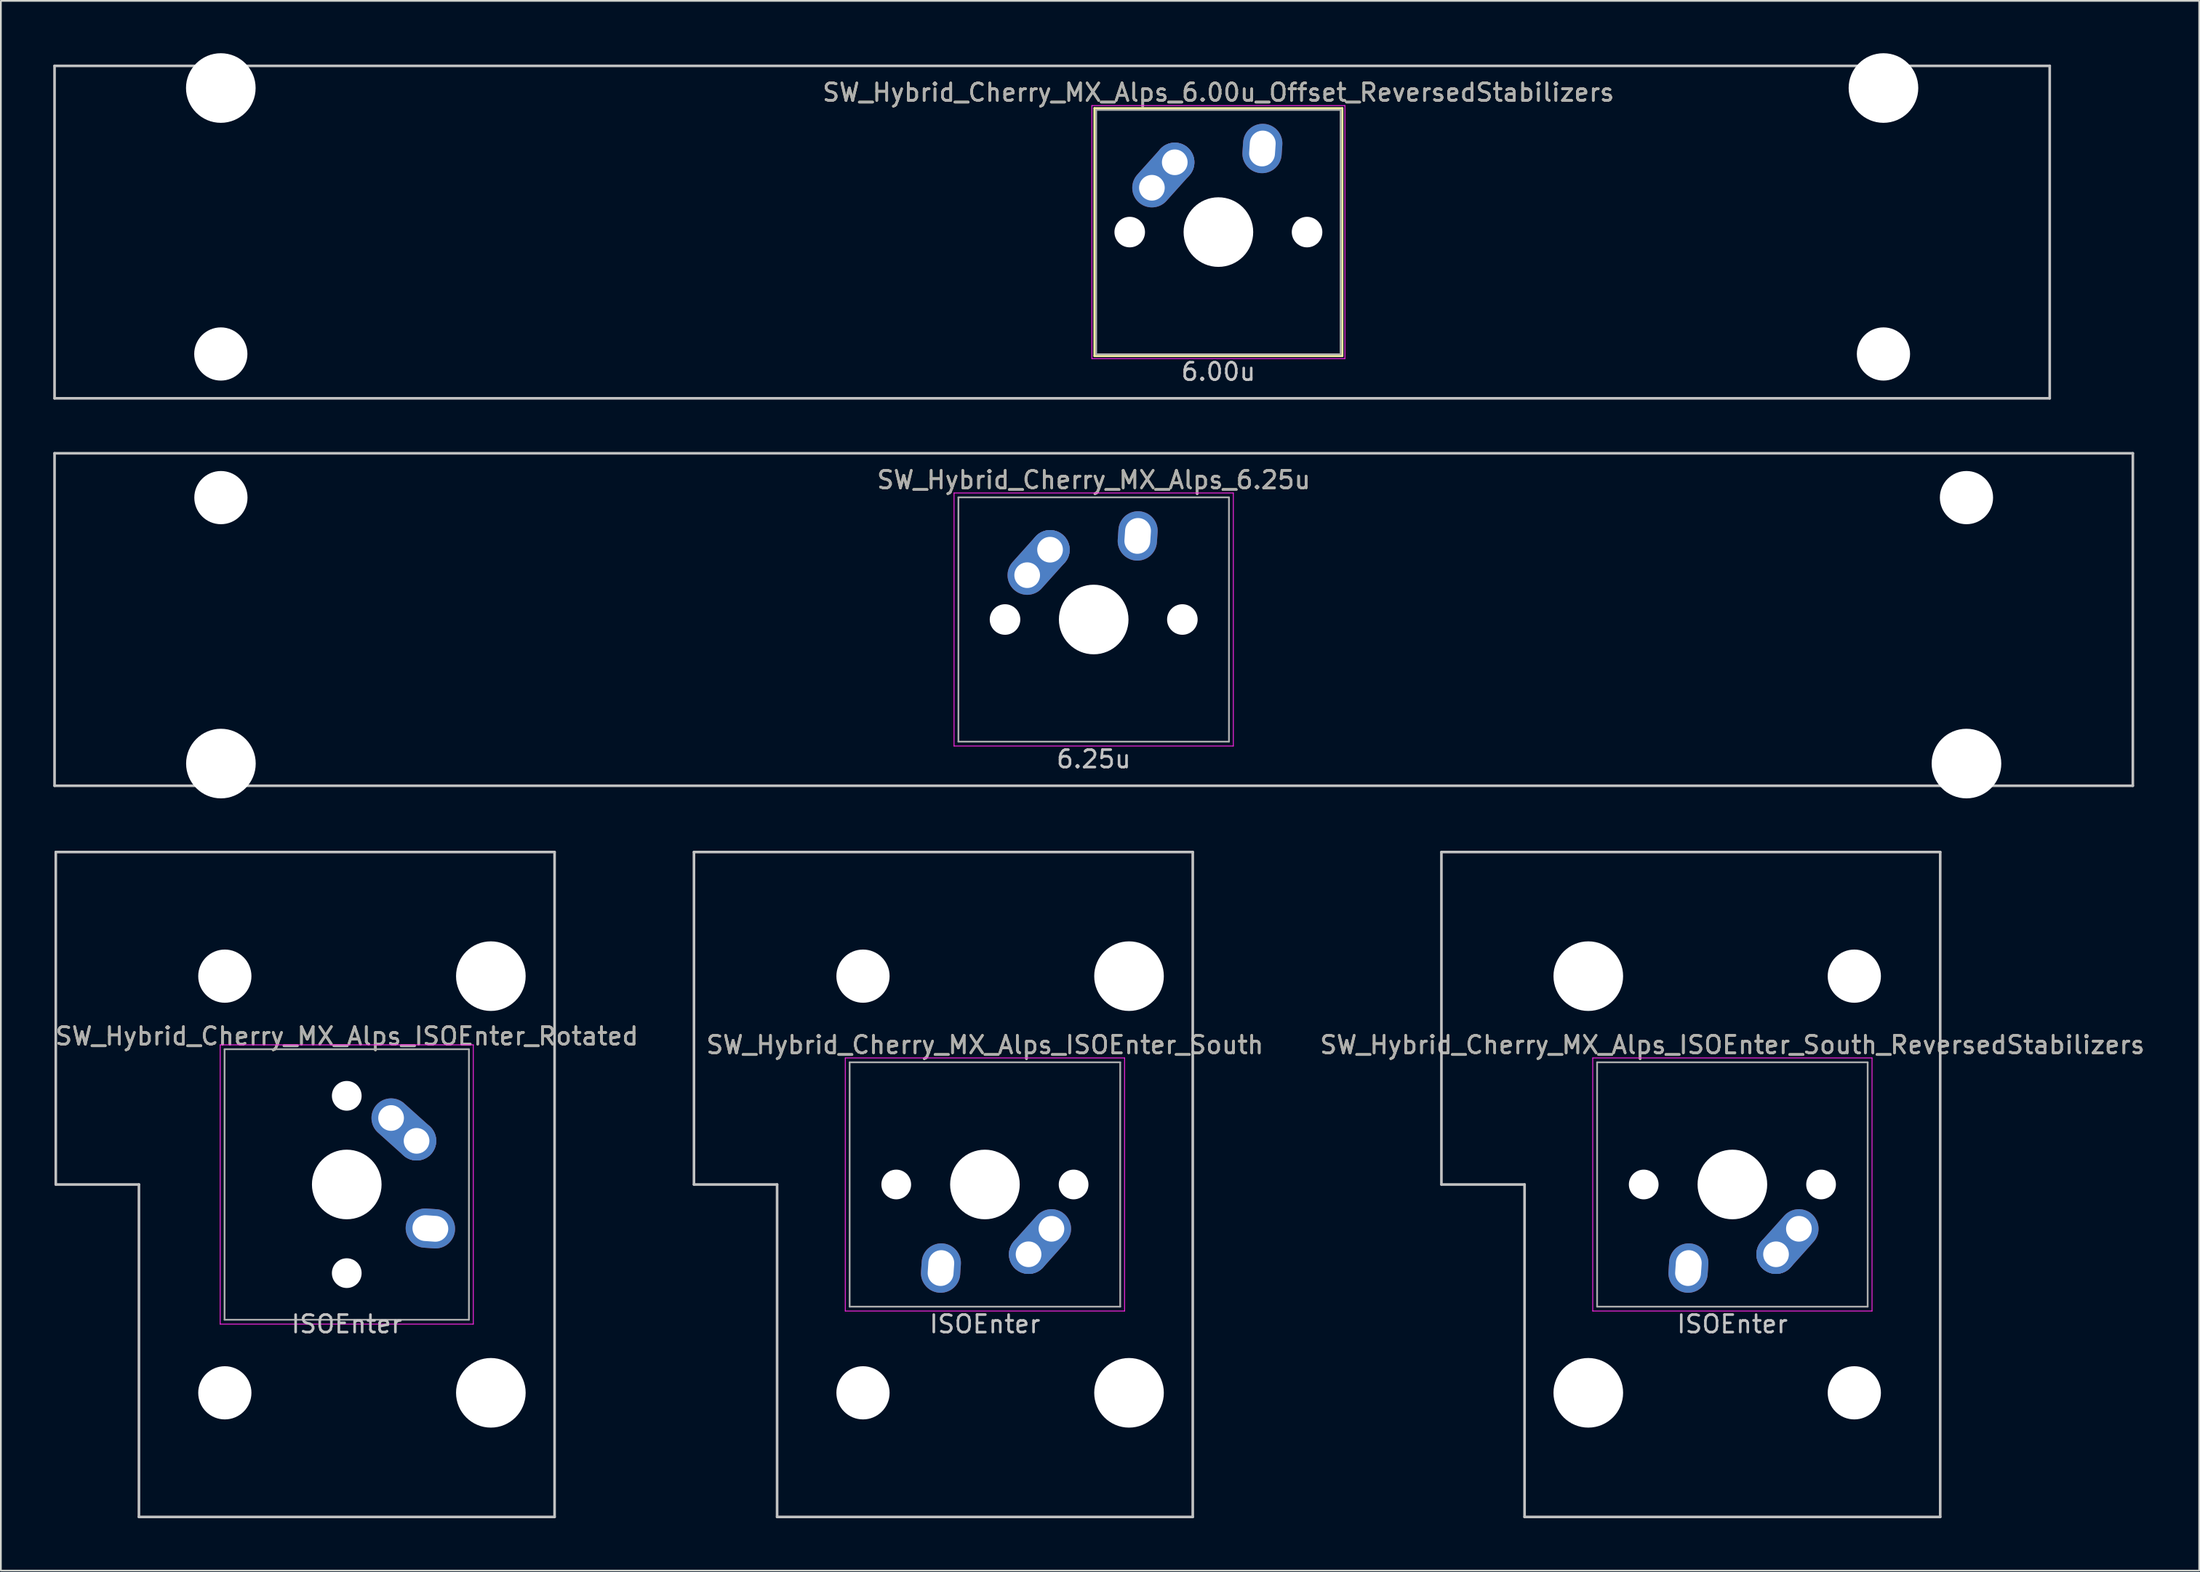
<source format=kicad_pcb>
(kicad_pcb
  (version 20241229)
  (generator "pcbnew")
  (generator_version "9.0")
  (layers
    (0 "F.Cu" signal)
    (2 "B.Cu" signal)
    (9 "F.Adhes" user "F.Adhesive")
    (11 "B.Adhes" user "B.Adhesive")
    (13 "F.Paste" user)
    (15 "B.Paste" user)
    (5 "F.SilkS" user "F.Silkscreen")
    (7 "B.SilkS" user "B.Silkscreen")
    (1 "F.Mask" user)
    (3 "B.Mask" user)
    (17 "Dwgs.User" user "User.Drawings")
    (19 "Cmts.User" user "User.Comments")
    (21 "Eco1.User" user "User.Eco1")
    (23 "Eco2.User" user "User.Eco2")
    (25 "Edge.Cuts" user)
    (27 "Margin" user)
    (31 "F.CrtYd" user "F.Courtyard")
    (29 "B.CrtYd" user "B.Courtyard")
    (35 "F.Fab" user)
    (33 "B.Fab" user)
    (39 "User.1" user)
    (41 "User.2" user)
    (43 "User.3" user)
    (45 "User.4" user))
  (footprint "SW_Hybrid_Cherry_MX_Alps_ISOEnter_Rotated"
    (layer "F.Cu")
    (at 16.815 64.823)
    (property "Reference" "SW_Hybrid_Cherry_MX_Alps_ISOEnter_Rotated" (at 0 -8.5 0) (layer "F.SilkS") (effects (font (size 1 1) (thickness 0.15))))
    (attr through_hole)
    (fp_line (start -16.669 -19.05) (end -16.669 0) (stroke (width 0.15) (type solid)) (layer "Dwgs.User"))
    (fp_line (start -16.669 -19.05) (end 11.906 -19.05) (stroke (width 0.15) (type solid)) (layer "Dwgs.User"))
    (fp_line (start -11.906 0) (end -16.669 0) (stroke (width 0.15) (type solid)) (layer "Dwgs.User"))
    (fp_line (start -11.906 19.05) (end -11.906 0) (stroke (width 0.15) (type solid)) (layer "Dwgs.User"))
    (fp_line (start -11.906 19.05) (end 11.906 19.05) (stroke (width 0.15) (type solid)) (layer "Dwgs.User"))
    (fp_line (start 11.906 -19.05) (end 11.906 19.05) (stroke (width 0.15) (type solid)) (layer "Dwgs.User"))
    (fp_line (start -7.25 -8) (end 7.25 -8) (stroke (width 0.05) (type solid)) (layer "F.CrtYd"))
    (fp_line (start -7.25 8) (end -7.25 -8) (stroke (width 0.05) (type solid)) (layer "F.CrtYd"))
    (fp_line (start 7.25 -8) (end 7.25 8) (stroke (width 0.05) (type solid)) (layer "F.CrtYd"))
    (fp_line (start 7.25 8) (end -7.25 8) (stroke (width 0.05) (type solid)) (layer "F.CrtYd"))
    (fp_line (start -7 -7.75) (end 7 -7.75) (stroke (width 0.1) (type solid)) (layer "F.Fab"))
    (fp_line (start -7 7.75) (end -7 -7.75) (stroke (width 0.1) (type solid)) (layer "F.Fab"))
    (fp_line (start 7 -7.75) (end 7 7.75) (stroke (width 0.1) (type solid)) (layer "F.Fab"))
    (fp_line (start 7 7.75) (end -7 7.75) (stroke (width 0.1) (type solid)) (layer "F.Fab"))
    (fp_text user "ISOEnter" (at 0 8 0) (layer "Dwgs.User") (effects (font (size 1 1) (thickness 0.15))))
    (fp_text user "${REFERENCE}" (at 0 -8.5 0) (layer "F.Fab") (effects (font (size 1 1) (thickness 0.15))))
    (pad "" np_thru_hole circle (at -6.985 -11.938) (size 3.048 3.048) (drill 3.048) (layers "*.Cu" "*.Mask"))
    (pad "" np_thru_hole circle (at -6.985 11.938) (size 3.048 3.048) (drill 3.048) (layers "*.Cu" "*.Mask"))
    (pad "" np_thru_hole circle (at 0 -5.08 48.1) (size 1.702 1.702) (drill 1.702) (layers "*.Cu" "*.Mask"))
    (pad "" np_thru_hole circle (at 0 0 270) (size 3.988 3.988) (drill 3.988) (layers "*.Cu" "*.Mask"))
    (pad "" np_thru_hole circle (at 0 5.08 48.1) (size 1.702 1.702) (drill 1.702) (layers "*.Cu" "*.Mask"))
    (pad "" np_thru_hole circle (at 8.255 -11.938) (size 3.988 3.988) (drill 3.988) (layers "*.Cu" "*.Mask"))
    (pad "" np_thru_hole circle (at 8.255 11.938) (size 3.988 3.988) (drill 3.988) (layers "*.Cu" "*.Mask"))
    (pad "1" thru_hole oval (at 2.54 -3.81 318.1) (size 4.212 2.25) (drill 1.47 (offset 0.981 0)) (layers "*.Cu" "B.Mask"))
    (pad "1" thru_hole circle (at 4 -2.5 270) (size 2.25 2.25) (drill 1.47) (layers "*.Cu" "B.Mask"))
    (pad "2" thru_hole oval (at 4.79 2.52 356) (size 2.831 2.25) (drill oval 2.051 1.48) (layers "*.Cu" "B.Mask")))
  (footprint "SW_Hybrid_Cherry_MX_Alps_ISOEnter_South_ReversedStabilizers"
    (layer "F.Cu")
    (at 96.196 64.823)
    (property "Reference" "SW_Hybrid_Cherry_MX_Alps_ISOEnter_South_ReversedStabilizers" (at 0 -8 0) (layer "F.SilkS") (effects (font (size 1 1) (thickness 0.15))))
    (attr through_hole)
    (fp_line (start -16.669 -19.05) (end -16.669 0) (stroke (width 0.15) (type solid)) (layer "Dwgs.User"))
    (fp_line (start -16.669 -19.05) (end 11.906 -19.05) (stroke (width 0.15) (type solid)) (layer "Dwgs.User"))
    (fp_line (start -11.906 0) (end -16.669 0) (stroke (width 0.15) (type solid)) (layer "Dwgs.User"))
    (fp_line (start -11.906 19.05) (end -11.906 0) (stroke (width 0.15) (type solid)) (layer "Dwgs.User"))
    (fp_line (start -11.906 19.05) (end 11.906 19.05) (stroke (width 0.15) (type solid)) (layer "Dwgs.User"))
    (fp_line (start 11.906 -19.05) (end 11.906 19.05) (stroke (width 0.15) (type solid)) (layer "Dwgs.User"))
    (fp_line (start -8 -7.25) (end 8 -7.25) (stroke (width 0.05) (type solid)) (layer "F.CrtYd"))
    (fp_line (start -8 7.25) (end -8 -7.25) (stroke (width 0.05) (type solid)) (layer "F.CrtYd"))
    (fp_line (start 8 -7.25) (end 8 7.25) (stroke (width 0.05) (type solid)) (layer "F.CrtYd"))
    (fp_line (start 8 7.25) (end -8 7.25) (stroke (width 0.05) (type solid)) (layer "F.CrtYd"))
    (fp_line (start -7.75 -7) (end 7.75 -7) (stroke (width 0.1) (type solid)) (layer "F.Fab"))
    (fp_line (start -7.75 7) (end -7.75 -7) (stroke (width 0.1) (type solid)) (layer "F.Fab"))
    (fp_line (start 7.75 -7) (end 7.75 7) (stroke (width 0.1) (type solid)) (layer "F.Fab"))
    (fp_line (start 7.75 7) (end -7.75 7) (stroke (width 0.1) (type solid)) (layer "F.Fab"))
    (fp_text user "ISOEnter" (at 0 8 0) (layer "Dwgs.User") (effects (font (size 1 1) (thickness 0.15))))
    (fp_text user "${REFERENCE}" (at 0 -8 0) (layer "F.Fab") (effects (font (size 1 1) (thickness 0.15))))
    (pad "" np_thru_hole circle (at -8.255 -11.938) (size 3.988 3.988) (drill 3.988) (layers "*.Cu" "*.Mask"))
    (pad "" np_thru_hole circle (at -8.255 11.938) (size 3.988 3.988) (drill 3.988) (layers "*.Cu" "*.Mask"))
    (pad "" np_thru_hole circle (at -5.08 0 318.1) (size 1.702 1.702) (drill 1.702) (layers "*.Cu" "*.Mask"))
    (pad "" np_thru_hole circle (at 0 0 180) (size 3.988 3.988) (drill 3.988) (layers "*.Cu" "*.Mask"))
    (pad "" np_thru_hole circle (at 5.08 0 318.1) (size 1.702 1.702) (drill 1.702) (layers "*.Cu" "*.Mask"))
    (pad "" np_thru_hole circle (at 6.985 -11.938) (size 3.048 3.048) (drill 3.048) (layers "*.Cu" "*.Mask"))
    (pad "" np_thru_hole circle (at 6.985 11.938) (size 3.048 3.048) (drill 3.048) (layers "*.Cu" "*.Mask"))
    (pad "1" thru_hole circle (at 2.5 4 180) (size 2.25 2.25) (drill 1.47) (layers "*.Cu" "B.Mask"))
    (pad "1" thru_hole oval (at 3.81 2.54 228.1) (size 4.212 2.25) (drill 1.47 (offset 0.981 0)) (layers "*.Cu" "B.Mask"))
    (pad "2" thru_hole oval (at -2.52 4.79 266) (size 2.831 2.25) (drill oval 2.051 1.48) (layers "*.Cu" "B.Mask")))
  (footprint "SW_Hybrid_Cherry_MX_Alps_ISOEnter_South"
    (layer "F.Cu")
    (at 53.375 64.823)
    (property "Reference" "SW_Hybrid_Cherry_MX_Alps_ISOEnter_South" (at 0 -8 0) (layer "F.SilkS") (effects (font (size 1 1) (thickness 0.15))))
    (attr through_hole)
    (fp_line (start -16.669 -19.05) (end -16.669 0) (stroke (width 0.15) (type solid)) (layer "Dwgs.User"))
    (fp_line (start -16.669 -19.05) (end 11.906 -19.05) (stroke (width 0.15) (type solid)) (layer "Dwgs.User"))
    (fp_line (start -11.906 0) (end -16.669 0) (stroke (width 0.15) (type solid)) (layer "Dwgs.User"))
    (fp_line (start -11.906 19.05) (end -11.906 0) (stroke (width 0.15) (type solid)) (layer "Dwgs.User"))
    (fp_line (start -11.906 19.05) (end 11.906 19.05) (stroke (width 0.15) (type solid)) (layer "Dwgs.User"))
    (fp_line (start 11.906 -19.05) (end 11.906 19.05) (stroke (width 0.15) (type solid)) (layer "Dwgs.User"))
    (fp_line (start -8 -7.25) (end 8 -7.25) (stroke (width 0.05) (type solid)) (layer "F.CrtYd"))
    (fp_line (start -8 7.25) (end -8 -7.25) (stroke (width 0.05) (type solid)) (layer "F.CrtYd"))
    (fp_line (start 8 -7.25) (end 8 7.25) (stroke (width 0.05) (type solid)) (layer "F.CrtYd"))
    (fp_line (start 8 7.25) (end -8 7.25) (stroke (width 0.05) (type solid)) (layer "F.CrtYd"))
    (fp_line (start -7.75 -7) (end 7.75 -7) (stroke (width 0.1) (type solid)) (layer "F.Fab"))
    (fp_line (start -7.75 7) (end -7.75 -7) (stroke (width 0.1) (type solid)) (layer "F.Fab"))
    (fp_line (start 7.75 -7) (end 7.75 7) (stroke (width 0.1) (type solid)) (layer "F.Fab"))
    (fp_line (start 7.75 7) (end -7.75 7) (stroke (width 0.1) (type solid)) (layer "F.Fab"))
    (fp_text user "ISOEnter" (at 0 8 0) (layer "Dwgs.User") (effects (font (size 1 1) (thickness 0.15))))
    (fp_text user "${REFERENCE}" (at 0 -8 0) (layer "F.Fab") (effects (font (size 1 1) (thickness 0.15))))
    (pad "" np_thru_hole circle (at -6.985 -11.938) (size 3.048 3.048) (drill 3.048) (layers "*.Cu" "*.Mask"))
    (pad "" np_thru_hole circle (at -6.985 11.938) (size 3.048 3.048) (drill 3.048) (layers "*.Cu" "*.Mask"))
    (pad "" np_thru_hole circle (at -5.08 0 318.1) (size 1.702 1.702) (drill 1.702) (layers "*.Cu" "*.Mask"))
    (pad "" np_thru_hole circle (at 0 0 180) (size 3.988 3.988) (drill 3.988) (layers "*.Cu" "*.Mask"))
    (pad "" np_thru_hole circle (at 5.08 0 318.1) (size 1.702 1.702) (drill 1.702) (layers "*.Cu" "*.Mask"))
    (pad "" np_thru_hole circle (at 8.255 -11.938) (size 3.988 3.988) (drill 3.988) (layers "*.Cu" "*.Mask"))
    (pad "" np_thru_hole circle (at 8.255 11.938) (size 3.988 3.988) (drill 3.988) (layers "*.Cu" "*.Mask"))
    (pad "1" thru_hole circle (at 2.5 4 180) (size 2.25 2.25) (drill 1.47) (layers "*.Cu" "B.Mask"))
    (pad "1" thru_hole oval (at 3.81 2.54 228.1) (size 4.212 2.25) (drill 1.47 (offset 0.981 0)) (layers "*.Cu" "B.Mask"))
    (pad "2" thru_hole oval (at -2.52 4.79 266) (size 2.831 2.25) (drill oval 2.051 1.48) (layers "*.Cu" "B.Mask")))
  (footprint "SW_Hybrid_Cherry_MX_Alps_6.00u_Offset_ReversedStabilizers"
    (layer "F.Cu")
    (at 57.225 10.249)
    (property "Reference" "SW_Hybrid_Cherry_MX_Alps_6.00u_Offset_ReversedStabilizers" (at 9.525 -8 0) (layer "F.SilkS") (effects (font (size 1 1) (thickness 0.15))))
    (attr through_hole)
    (fp_line (start 2.425 -7.1) (end 16.625 -7.1) (stroke (width 0.12) (type solid)) (layer "F.SilkS"))
    (fp_line (start 2.425 7.1) (end 2.425 -7.1) (stroke (width 0.12) (type solid)) (layer "F.SilkS"))
    (fp_line (start 16.625 -7.1) (end 16.625 7.1) (stroke (width 0.12) (type solid)) (layer "F.SilkS"))
    (fp_line (start 16.625 7.1) (end 2.425 7.1) (stroke (width 0.12) (type solid)) (layer "F.SilkS"))
    (fp_line (start -57.15 -9.525) (end 57.15 -9.525) (stroke (width 0.15) (type solid)) (layer "Dwgs.User"))
    (fp_line (start -57.15 9.525) (end -57.15 -9.525) (stroke (width 0.15) (type solid)) (layer "Dwgs.User"))
    (fp_line (start -57.15 9.525) (end 57.15 9.525) (stroke (width 0.15) (type solid)) (layer "Dwgs.User"))
    (fp_line (start 57.15 -9.525) (end 57.15 9.525) (stroke (width 0.15) (type solid)) (layer "Dwgs.User"))
    (fp_line (start 2.275 -7.25) (end 16.775 -7.25) (stroke (width 0.05) (type solid)) (layer "F.CrtYd"))
    (fp_line (start 2.275 7.25) (end 2.275 -7.25) (stroke (width 0.05) (type solid)) (layer "F.CrtYd"))
    (fp_line (start 16.775 -7.25) (end 16.775 7.25) (stroke (width 0.05) (type solid)) (layer "F.CrtYd"))
    (fp_line (start 16.775 7.25) (end 2.275 7.25) (stroke (width 0.05) (type solid)) (layer "F.CrtYd"))
    (fp_line (start 2.525 -7) (end 16.525 -7) (stroke (width 0.1) (type solid)) (layer "F.Fab"))
    (fp_line (start 2.525 7) (end 2.525 -7) (stroke (width 0.1) (type solid)) (layer "F.Fab"))
    (fp_line (start 16.525 -7) (end 16.525 7) (stroke (width 0.1) (type solid)) (layer "F.Fab"))
    (fp_line (start 16.525 7) (end 2.525 7) (stroke (width 0.1) (type solid)) (layer "F.Fab"))
    (fp_text user "6.00u" (at 9.525 8 0) (layer "Dwgs.User") (effects (font (size 1 1) (thickness 0.15))))
    (fp_text user "${REFERENCE}" (at 9.525 -8 0) (layer "F.Fab") (effects (font (size 1 1) (thickness 0.15))))
    (pad "" np_thru_hole circle (at -47.625 -8.255) (size 3.988 3.988) (drill 3.988) (layers "*.Cu" "*.Mask"))
    (pad "" np_thru_hole circle (at -47.625 6.985) (size 3.048 3.048) (drill 3.048) (layers "*.Cu" "*.Mask"))
    (pad "" np_thru_hole circle (at 4.445 0 48.1) (size 1.75 1.75) (drill 1.75) (layers "*.Cu" "*.Mask"))
    (pad "" np_thru_hole circle (at 9.525 0) (size 3.988 3.988) (drill 3.988) (layers "*.Cu" "*.Mask"))
    (pad "" np_thru_hole circle (at 14.605 0 48.1) (size 1.75 1.75) (drill 1.75) (layers "*.Cu" "*.Mask"))
    (pad "" np_thru_hole circle (at 47.625 -8.255) (size 3.988 3.988) (drill 3.988) (layers "*.Cu" "*.Mask"))
    (pad "" np_thru_hole circle (at 47.625 6.985) (size 3.048 3.048) (drill 3.048) (layers "*.Cu" "*.Mask"))
    (pad "1" thru_hole oval (at 5.715 -2.54 48.1) (size 4.212 2.25) (drill 1.47 (offset 0.981 0)) (layers "*.Cu" "*.Mask"))
    (pad "1" thru_hole circle (at 7.025 -4) (size 2.25 2.25) (drill 1.47) (layers "*.Cu" "*.Mask"))
    (pad "2" thru_hole oval (at 12.045 -4.79 86) (size 2.831 2.25) (drill oval 2.051 1.48) (layers "*.Cu" "*.Mask")))
  (footprint "SW_Hybrid_Cherry_MX_Alps_6.25u"
    (layer "F.Cu")
    (at 59.606 32.449)
    (property "Reference" "SW_Hybrid_Cherry_MX_Alps_6.25u" (at 0 -8 0) (layer "F.SilkS") (effects (font (size 1 1) (thickness 0.15))))
    (attr through_hole)
    (fp_line (start -59.531 -9.525) (end 59.531 -9.525) (stroke (width 0.15) (type solid)) (layer "Dwgs.User"))
    (fp_line (start -59.531 9.525) (end -59.531 -9.525) (stroke (width 0.15) (type solid)) (layer "Dwgs.User"))
    (fp_line (start -59.531 9.525) (end 59.531 9.525) (stroke (width 0.15) (type solid)) (layer "Dwgs.User"))
    (fp_line (start 59.531 -9.525) (end 59.531 9.525) (stroke (width 0.15) (type solid)) (layer "Dwgs.User"))
    (fp_line (start -8 -7.25) (end 8 -7.25) (stroke (width 0.05) (type solid)) (layer "F.CrtYd"))
    (fp_line (start -8 7.25) (end -8 -7.25) (stroke (width 0.05) (type solid)) (layer "F.CrtYd"))
    (fp_line (start 8 -7.25) (end 8 7.25) (stroke (width 0.05) (type solid)) (layer "F.CrtYd"))
    (fp_line (start 8 7.25) (end -8 7.25) (stroke (width 0.05) (type solid)) (layer "F.CrtYd"))
    (fp_line (start -7.75 -7) (end 7.75 -7) (stroke (width 0.1) (type solid)) (layer "F.Fab"))
    (fp_line (start -7.75 7) (end -7.75 -7) (stroke (width 0.1) (type solid)) (layer "F.Fab"))
    (fp_line (start 7.75 -7) (end 7.75 7) (stroke (width 0.1) (type solid)) (layer "F.Fab"))
    (fp_line (start 7.75 7) (end -7.75 7) (stroke (width 0.1) (type solid)) (layer "F.Fab"))
    (fp_text user "6.25u" (at 0 8 0) (layer "Dwgs.User") (effects (font (size 1 1) (thickness 0.15))))
    (fp_text user "${REFERENCE}" (at 0 -8 0) (layer "F.Fab") (effects (font (size 1 1) (thickness 0.15))))
    (pad "" np_thru_hole circle (at -50 -6.985) (size 3.048 3.048) (drill 3.048) (layers "*.Cu" "*.Mask"))
    (pad "" np_thru_hole circle (at -50 8.255) (size 3.988 3.988) (drill 3.988) (layers "*.Cu" "*.Mask"))
    (pad "" np_thru_hole circle (at -5.08 0 48.1) (size 1.75 1.75) (drill 1.75) (layers "*.Cu" "*.Mask"))
    (pad "" np_thru_hole circle (at 0 0) (size 3.988 3.988) (drill 3.988) (layers "*.Cu" "*.Mask"))
    (pad "" np_thru_hole circle (at 5.08 0 48.1) (size 1.75 1.75) (drill 1.75) (layers "*.Cu" "*.Mask"))
    (pad "" np_thru_hole circle (at 50 -6.985) (size 3.048 3.048) (drill 3.048) (layers "*.Cu" "*.Mask"))
    (pad "" np_thru_hole circle (at 50 8.255) (size 3.988 3.988) (drill 3.988) (layers "*.Cu" "*.Mask"))
    (pad "1" thru_hole oval (at -3.81 -2.54 48.1) (size 4.212 2.25) (drill 1.47 (offset 0.981 0)) (layers "*.Cu" "B.Mask"))
    (pad "1" thru_hole circle (at -2.5 -4) (size 2.25 2.25) (drill 1.47) (layers "*.Cu" "B.Mask"))
    (pad "2" thru_hole oval (at 2.52 -4.79 86) (size 2.831 2.25) (drill oval 2.051 1.48) (layers "*.Cu" "B.Mask")))
  (gr_rect
    (start -3 -3)
    (end 122.94 86.948)
    (stroke (width 0.1) (type default))
    (fill no)
    (layer "Edge.Cuts")))
</source>
